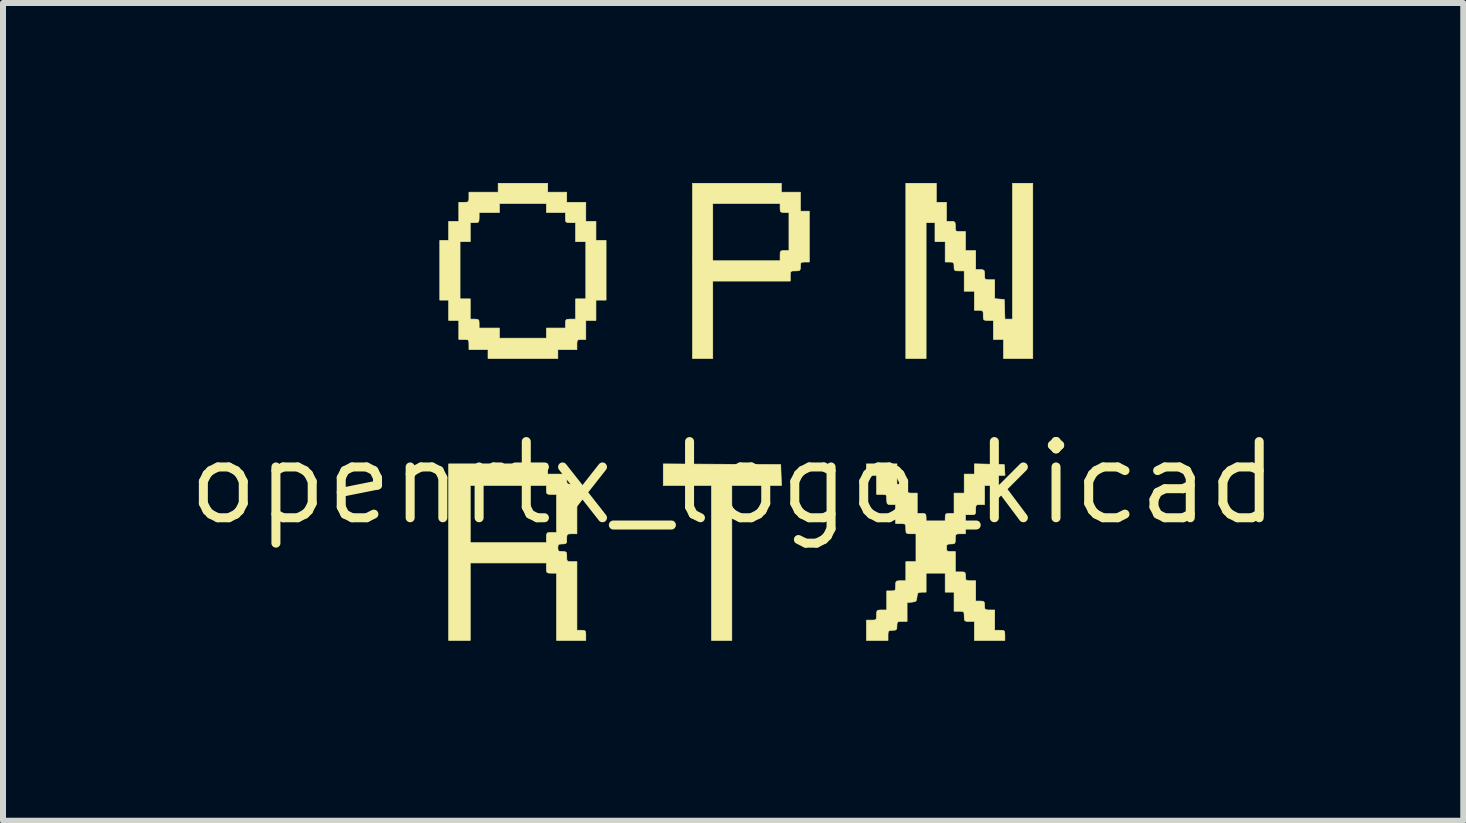
<source format=kicad_pcb>
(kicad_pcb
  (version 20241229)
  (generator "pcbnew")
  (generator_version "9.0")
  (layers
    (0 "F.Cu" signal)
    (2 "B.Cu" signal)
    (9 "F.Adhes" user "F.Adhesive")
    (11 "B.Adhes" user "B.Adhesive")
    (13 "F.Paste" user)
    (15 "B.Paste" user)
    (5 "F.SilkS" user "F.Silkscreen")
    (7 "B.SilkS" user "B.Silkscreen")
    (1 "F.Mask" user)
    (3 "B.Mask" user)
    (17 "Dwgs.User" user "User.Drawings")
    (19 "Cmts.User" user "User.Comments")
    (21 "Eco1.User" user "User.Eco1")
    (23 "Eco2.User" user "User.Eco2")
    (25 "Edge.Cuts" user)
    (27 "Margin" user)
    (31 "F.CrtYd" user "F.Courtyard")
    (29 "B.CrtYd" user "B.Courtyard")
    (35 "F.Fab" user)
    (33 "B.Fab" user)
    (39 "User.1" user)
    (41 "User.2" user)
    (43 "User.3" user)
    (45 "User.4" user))
  (footprint "openrtx_logo_kicad"
    (layer "F.Cu")
    (at 9.169 5)
    (property "Reference" "openrtx_logo_kicad" (at 0 0 0) (layer "F.SilkS") (effects (font (size 1.27 1.27) (thickness 0.15))))
    (attr through_hole)
    (fp_poly (pts (xy -0.185 -0.312) (xy 0.794 -0.307) (xy 0.8 -0.132) (xy 0.806 0.042) (xy -0.021 0.042) (xy -0.021 2.625) (xy -0.36 2.625) (xy -0.36 0.042) (xy -1.164 0.042) (xy -1.164 -0.318) (xy -0.185 -0.312)) (stroke (width 0.01) (type solid)) (fill yes) (layer "F.SilkS"))
    (fp_poly (pts (xy 0.804 -4.847) (xy 1.122 -4.847) (xy 1.122 -4.53) (xy 1.27 -4.53) (xy 1.27 -3.683) (xy 1.196 -3.683) (xy 1.146 -3.68) (xy 1.126 -3.661) (xy 1.122 -3.615) (xy 1.122 -3.609) (xy 1.119 -3.561) (xy 1.103 -3.54) (xy 1.062 -3.535) (xy 1.037 -3.535) (xy 0.983 -3.533) (xy 0.959 -3.519) (xy 0.953 -3.48) (xy 0.953 -3.45) (xy 0.953 -3.365) (xy -0.339 -3.365) (xy -0.339 -2.074) (xy -0.677 -2.074) (xy -0.677 -4.657) (xy -0.339 -4.657) (xy -0.339 -3.704) (xy 0.783 -3.704) (xy 0.783 -3.789) (xy 0.785 -3.843) (xy 0.799 -3.867) (xy 0.835 -3.873) (xy 0.857 -3.873) (xy 0.931 -3.873) (xy 0.931 -4.508) (xy 0.857 -4.508) (xy 0.808 -4.512) (xy 0.787 -4.53) (xy 0.783 -4.577) (xy 0.783 -4.583) (xy 0.783 -4.657) (xy -0.339 -4.657) (xy -0.677 -4.657) (xy -0.677 -4.995) (xy 0.804 -4.995) (xy 0.804 -4.847)) (stroke (width 0.01) (type solid)) (fill yes) (layer "F.SilkS"))
    (fp_poly (pts (xy 3.387 -4.678) (xy 3.556 -4.678) (xy 3.556 -4.36) (xy 3.63 -4.36) (xy 3.678 -4.358) (xy 3.699 -4.342) (xy 3.704 -4.301) (xy 3.704 -4.276) (xy 3.706 -4.221) (xy 3.72 -4.197) (xy 3.759 -4.191) (xy 3.789 -4.191) (xy 3.873 -4.191) (xy 3.873 -3.873) (xy 4.043 -3.873) (xy 4.043 -3.556) (xy 4.117 -3.556) (xy 4.164 -3.553) (xy 4.185 -3.538) (xy 4.191 -3.496) (xy 4.191 -3.471) (xy 4.193 -3.417) (xy 4.207 -3.393) (xy 4.246 -3.387) (xy 4.276 -3.387) (xy 4.36 -3.387) (xy 4.36 -3.072) (xy 4.44 -3.065) (xy 4.519 -3.059) (xy 4.525 -2.895) (xy 4.531 -2.731) (xy 4.657 -2.731) (xy 4.657 -4.995) (xy 4.995 -4.995) (xy 4.995 -2.074) (xy 4.508 -2.074) (xy 4.508 -2.392) (xy 4.339 -2.392) (xy 4.339 -2.709) (xy 4.255 -2.709) (xy 4.2 -2.711) (xy 4.176 -2.726) (xy 4.17 -2.764) (xy 4.17 -2.794) (xy 4.168 -2.848) (xy 4.154 -2.872) (xy 4.118 -2.878) (xy 4.096 -2.879) (xy 4.022 -2.879) (xy 4.022 -3.196) (xy 3.852 -3.196) (xy 3.852 -3.535) (xy 3.768 -3.535) (xy 3.713 -3.537) (xy 3.689 -3.551) (xy 3.683 -3.587) (xy 3.683 -3.609) (xy 3.68 -3.659) (xy 3.661 -3.679) (xy 3.615 -3.683) (xy 3.609 -3.683) (xy 3.535 -3.683) (xy 3.535 -4.022) (xy 3.365 -4.022) (xy 3.365 -4.339) (xy 3.217 -4.339) (xy 3.217 -2.074) (xy 2.879 -2.074) (xy 2.879 -4.995) (xy 3.387 -4.995) (xy 3.387 -4.678)) (stroke (width 0.01) (type solid)) (fill yes) (layer "F.SilkS"))
    (fp_poly (pts (xy -3.09 -0.148) (xy -2.773 -0.148) (xy -2.773 -0.064) (xy -2.771 -0.009) (xy -2.757 0.015) (xy -2.718 0.021) (xy -2.688 0.021) (xy -2.603 0.021) (xy -2.603 0.847) (xy -2.688 0.847) (xy -2.742 0.849) (xy -2.766 0.863) (xy -2.773 0.902) (xy -2.773 0.931) (xy -2.775 0.986) (xy -2.789 1.01) (xy -2.825 1.016) (xy -2.847 1.016) (xy -2.897 1.02) (xy -2.917 1.037) (xy -2.921 1.079) (xy -2.917 1.122) (xy -2.896 1.14) (xy -2.847 1.143) (xy -2.799 1.146) (xy -2.778 1.161) (xy -2.773 1.203) (xy -2.773 1.228) (xy -2.771 1.282) (xy -2.757 1.306) (xy -2.718 1.312) (xy -2.688 1.312) (xy -2.603 1.312) (xy -2.603 2.455) (xy -2.529 2.455) (xy -2.482 2.458) (xy -2.461 2.474) (xy -2.455 2.515) (xy -2.455 2.54) (xy -2.455 2.625) (xy -2.942 2.625) (xy -2.942 1.503) (xy -3.027 1.503) (xy -3.081 1.501) (xy -3.105 1.487) (xy -3.111 1.448) (xy -3.111 1.418) (xy -3.111 1.333) (xy -4.381 1.333) (xy -4.381 2.625) (xy -4.741 2.625) (xy -4.741 0.042) (xy -4.381 0.042) (xy -4.381 0.995) (xy -3.111 0.995) (xy -3.111 0.91) (xy -3.109 0.856) (xy -3.095 0.832) (xy -3.057 0.826) (xy -3.027 0.826) (xy -2.942 0.826) (xy -2.942 0.191) (xy -3.027 0.191) (xy -3.081 0.188) (xy -3.105 0.174) (xy -3.111 0.138) (xy -3.111 0.116) (xy -3.111 0.042) (xy -4.381 0.042) (xy -4.741 0.042) (xy -4.741 -0.318) (xy -3.09 -0.318) (xy -3.09 -0.148)) (stroke (width 0.01) (type solid)) (fill yes) (layer "F.SilkS"))
    (fp_poly (pts (xy -3.09 -4.847) (xy -2.773 -4.847) (xy -2.773 -4.678) (xy -2.455 -4.678) (xy -2.455 -4.36) (xy -2.286 -4.36) (xy -2.286 -4.043) (xy -2.117 -4.043) (xy -2.117 -3.048) (xy -2.286 -3.048) (xy -2.286 -2.709) (xy -2.455 -2.709) (xy -2.455 -2.392) (xy -2.529 -2.392) (xy -2.577 -2.389) (xy -2.598 -2.373) (xy -2.603 -2.332) (xy -2.603 -2.307) (xy -2.603 -2.223) (xy -2.921 -2.223) (xy -2.921 -2.074) (xy -4.085 -2.074) (xy -4.085 -2.223) (xy -4.403 -2.223) (xy -4.403 -2.307) (xy -4.405 -2.361) (xy -4.419 -2.385) (xy -4.458 -2.392) (xy -4.487 -2.392) (xy -4.572 -2.392) (xy -4.572 -2.709) (xy -4.741 -2.709) (xy -4.741 -3.048) (xy -4.889 -3.048) (xy -4.889 -4.022) (xy -4.551 -4.022) (xy -4.551 -3.069) (xy -4.381 -3.069) (xy -4.381 -2.731) (xy -4.307 -2.731) (xy -4.258 -2.727) (xy -4.237 -2.709) (xy -4.233 -2.662) (xy -4.233 -2.656) (xy -4.233 -2.582) (xy -3.895 -2.582) (xy -3.895 -2.413) (xy -3.111 -2.413) (xy -3.111 -2.582) (xy -2.794 -2.582) (xy -2.794 -2.656) (xy -2.791 -2.704) (xy -2.776 -2.725) (xy -2.734 -2.73) (xy -2.709 -2.731) (xy -2.625 -2.731) (xy -2.625 -3.069) (xy -2.455 -3.069) (xy -2.455 -4.022) (xy -2.625 -4.022) (xy -2.625 -4.339) (xy -2.709 -4.339) (xy -2.764 -4.341) (xy -2.788 -4.355) (xy -2.794 -4.394) (xy -2.794 -4.424) (xy -2.794 -4.508) (xy -3.111 -4.508) (xy -3.111 -4.657) (xy -3.895 -4.657) (xy -3.895 -4.508) (xy -4.233 -4.508) (xy -4.233 -4.424) (xy -4.236 -4.37) (xy -4.249 -4.346) (xy -4.286 -4.339) (xy -4.307 -4.339) (xy -4.381 -4.339) (xy -4.381 -4.022) (xy -4.551 -4.022) (xy -4.889 -4.022) (xy -4.889 -4.043) (xy -4.741 -4.043) (xy -4.741 -4.36) (xy -4.572 -4.36) (xy -4.572 -4.678) (xy -4.487 -4.678) (xy -4.433 -4.68) (xy -4.409 -4.694) (xy -4.403 -4.733) (xy -4.403 -4.763) (xy -4.403 -4.847) (xy -3.916 -4.847) (xy -3.916 -4.995) (xy -3.09 -4.995) (xy -3.09 -4.847)) (stroke (width 0.01) (type solid)) (fill yes) (layer "F.SilkS"))
    (fp_poly (pts (xy 4.27 -0.313) (xy 4.519 -0.307) (xy 4.526 -0.217) (xy 4.532 -0.127) (xy 4.36 -0.127) (xy 4.36 -0.042) (xy 4.358 0.012) (xy 4.344 0.036) (xy 4.305 0.042) (xy 4.276 0.042) (xy 4.191 0.042) (xy 4.191 0.36) (xy 4.117 0.36) (xy 4.069 0.362) (xy 4.048 0.378) (xy 4.043 0.42) (xy 4.043 0.445) (xy 4.041 0.499) (xy 4.027 0.523) (xy 3.988 0.529) (xy 3.958 0.529) (xy 3.873 0.529) (xy 3.873 0.847) (xy 3.789 0.847) (xy 3.735 0.849) (xy 3.711 0.863) (xy 3.704 0.902) (xy 3.704 0.931) (xy 3.702 0.986) (xy 3.688 1.01) (xy 3.652 1.016) (xy 3.63 1.016) (xy 3.58 1.02) (xy 3.56 1.037) (xy 3.556 1.079) (xy 3.56 1.122) (xy 3.581 1.14) (xy 3.63 1.143) (xy 3.704 1.143) (xy 3.704 1.482) (xy 3.789 1.482) (xy 3.843 1.484) (xy 3.867 1.498) (xy 3.873 1.534) (xy 3.873 1.556) (xy 3.876 1.603) (xy 3.892 1.624) (xy 3.933 1.63) (xy 3.958 1.63) (xy 4.043 1.63) (xy 4.043 1.968) (xy 4.117 1.968) (xy 4.167 1.972) (xy 4.187 1.99) (xy 4.191 2.037) (xy 4.191 2.043) (xy 4.194 2.09) (xy 4.209 2.111) (xy 4.251 2.117) (xy 4.276 2.117) (xy 4.36 2.117) (xy 4.36 2.455) (xy 4.445 2.455) (xy 4.499 2.457) (xy 4.523 2.472) (xy 4.529 2.51) (xy 4.53 2.54) (xy 4.53 2.625) (xy 4.022 2.625) (xy 4.022 2.307) (xy 3.937 2.307) (xy 3.883 2.305) (xy 3.859 2.291) (xy 3.853 2.252) (xy 3.852 2.223) (xy 3.85 2.168) (xy 3.836 2.144) (xy 3.797 2.138) (xy 3.768 2.138) (xy 3.683 2.138) (xy 3.683 1.82) (xy 3.535 1.82) (xy 3.535 1.503) (xy 3.217 1.503) (xy 3.217 1.82) (xy 3.145 1.82) (xy 3.097 1.824) (xy 3.075 1.842) (xy 3.066 1.888) (xy 3.065 1.9) (xy 3.057 1.952) (xy 3.037 1.976) (xy 2.99 1.985) (xy 2.979 1.986) (xy 2.9 1.992) (xy 2.9 2.307) (xy 2.815 2.307) (xy 2.761 2.309) (xy 2.737 2.323) (xy 2.731 2.359) (xy 2.731 2.381) (xy 2.727 2.431) (xy 2.709 2.451) (xy 2.662 2.455) (xy 2.656 2.455) (xy 2.609 2.458) (xy 2.588 2.474) (xy 2.582 2.515) (xy 2.582 2.54) (xy 2.582 2.625) (xy 2.223 2.625) (xy 2.223 2.286) (xy 2.307 2.286) (xy 2.361 2.284) (xy 2.385 2.27) (xy 2.392 2.231) (xy 2.392 2.201) (xy 2.394 2.147) (xy 2.408 2.123) (xy 2.447 2.117) (xy 2.477 2.117) (xy 2.561 2.117) (xy 2.561 1.799) (xy 2.635 1.799) (xy 2.683 1.797) (xy 2.704 1.781) (xy 2.709 1.739) (xy 2.709 1.714) (xy 2.711 1.66) (xy 2.726 1.636) (xy 2.764 1.63) (xy 2.794 1.63) (xy 2.879 1.63) (xy 2.879 1.312) (xy 3.048 1.312) (xy 3.048 0.847) (xy 2.963 0.847) (xy 2.909 0.845) (xy 2.885 0.83) (xy 2.879 0.792) (xy 2.879 0.762) (xy 2.877 0.708) (xy 2.862 0.684) (xy 2.824 0.678) (xy 2.794 0.677) (xy 2.709 0.677) (xy 2.709 0.36) (xy 2.635 0.36) (xy 2.588 0.357) (xy 2.567 0.341) (xy 2.561 0.3) (xy 2.561 0.275) (xy 2.559 0.221) (xy 2.545 0.197) (xy 2.506 0.191) (xy 2.477 0.191) (xy 2.392 0.191) (xy 2.392 -0.127) (xy 2.223 -0.127) (xy 2.223 -0.318) (xy 2.731 -0.318) (xy 2.731 0.021) (xy 2.815 0.021) (xy 2.869 0.023) (xy 2.893 0.037) (xy 2.9 0.073) (xy 2.9 0.095) (xy 2.902 0.143) (xy 2.918 0.164) (xy 2.96 0.169) (xy 2.985 0.169) (xy 3.069 0.169) (xy 3.069 0.508) (xy 3.143 0.508) (xy 3.193 0.511) (xy 3.213 0.53) (xy 3.217 0.576) (xy 3.217 0.582) (xy 3.217 0.656) (xy 3.535 0.656) (xy 3.535 0.582) (xy 3.538 0.532) (xy 3.557 0.512) (xy 3.603 0.508) (xy 3.609 0.508) (xy 3.683 0.508) (xy 3.683 0.169) (xy 3.852 0.169) (xy 3.852 -0.148) (xy 4.022 -0.148) (xy 4.022 -0.319) (xy 4.27 -0.313)) (stroke (width 0.01) (type solid)) (fill yes) (layer "F.SilkS")))
  (gr_rect
    (start -3 -3)
    (end 21.339 10.63)
    (stroke (width 0.1) (type default))
    (fill no)
    (layer "Edge.Cuts")))
</source>
